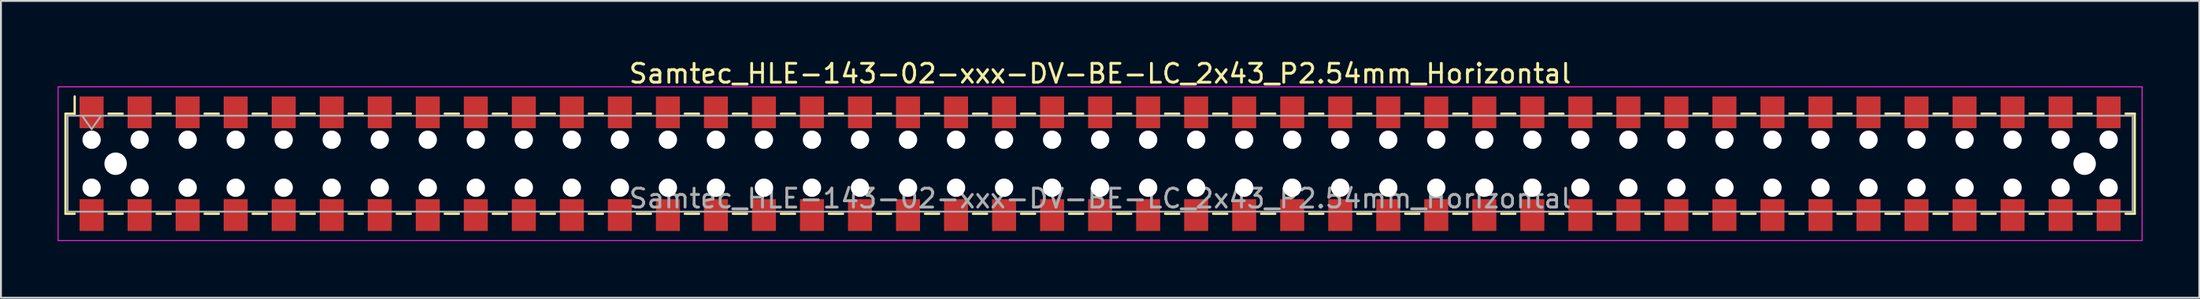
<source format=kicad_pcb>
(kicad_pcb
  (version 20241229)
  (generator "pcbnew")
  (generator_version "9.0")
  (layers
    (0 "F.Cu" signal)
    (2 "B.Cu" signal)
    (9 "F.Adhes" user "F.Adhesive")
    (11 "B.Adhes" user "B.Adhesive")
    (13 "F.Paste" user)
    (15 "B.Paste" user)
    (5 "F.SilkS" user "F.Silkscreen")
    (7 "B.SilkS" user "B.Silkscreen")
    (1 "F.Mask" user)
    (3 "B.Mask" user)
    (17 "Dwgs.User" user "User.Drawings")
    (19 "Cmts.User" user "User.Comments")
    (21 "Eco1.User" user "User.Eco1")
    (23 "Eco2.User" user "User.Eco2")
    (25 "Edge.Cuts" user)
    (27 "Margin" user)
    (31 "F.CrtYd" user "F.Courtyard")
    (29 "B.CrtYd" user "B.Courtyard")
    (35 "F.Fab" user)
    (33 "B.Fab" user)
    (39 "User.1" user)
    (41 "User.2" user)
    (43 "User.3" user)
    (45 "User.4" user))
  (footprint "Samtec_HLE-143-02-xxx-DV-BE-LC_2x43_P2.54mm_Horizontal"
    (layer "F.Cu")
    (at 55.135 5.618)
    (property "Reference" "Samtec_HLE-143-02-xxx-DV-BE-LC_2x43_P2.54mm_Horizontal" (at 0 -4.77 0) (layer "F.SilkS") (effects (font (size 1 1) (thickness 0.15))))
    (attr smd)
    (fp_line (start -54.72 -2.65) (end -54.72 2.65) (stroke (width 0.12) (type solid)) (layer "F.SilkS"))
    (fp_line (start -54.72 2.65) (end -54.235 2.65) (stroke (width 0.12) (type solid)) (layer "F.SilkS"))
    (fp_line (start -54.235 -3.56) (end -54.235 -2.65) (stroke (width 0.12) (type solid)) (layer "F.SilkS"))
    (fp_line (start -54.235 -2.65) (end -54.72 -2.65) (stroke (width 0.12) (type solid)) (layer "F.SilkS"))
    (fp_line (start -52.445 -2.65) (end -51.695 -2.65) (stroke (width 0.12) (type solid)) (layer "F.SilkS"))
    (fp_line (start -52.445 2.65) (end -51.695 2.65) (stroke (width 0.12) (type solid)) (layer "F.SilkS"))
    (fp_line (start -49.905 -2.65) (end -49.155 -2.65) (stroke (width 0.12) (type solid)) (layer "F.SilkS"))
    (fp_line (start -49.905 2.65) (end -49.155 2.65) (stroke (width 0.12) (type solid)) (layer "F.SilkS"))
    (fp_line (start -47.365 -2.65) (end -46.615 -2.65) (stroke (width 0.12) (type solid)) (layer "F.SilkS"))
    (fp_line (start -47.365 2.65) (end -46.615 2.65) (stroke (width 0.12) (type solid)) (layer "F.SilkS"))
    (fp_line (start -44.825 -2.65) (end -44.075 -2.65) (stroke (width 0.12) (type solid)) (layer "F.SilkS"))
    (fp_line (start -44.825 2.65) (end -44.075 2.65) (stroke (width 0.12) (type solid)) (layer "F.SilkS"))
    (fp_line (start -42.285 -2.65) (end -41.535 -2.65) (stroke (width 0.12) (type solid)) (layer "F.SilkS"))
    (fp_line (start -42.285 2.65) (end -41.535 2.65) (stroke (width 0.12) (type solid)) (layer "F.SilkS"))
    (fp_line (start -39.745 -2.65) (end -38.995 -2.65) (stroke (width 0.12) (type solid)) (layer "F.SilkS"))
    (fp_line (start -39.745 2.65) (end -38.995 2.65) (stroke (width 0.12) (type solid)) (layer "F.SilkS"))
    (fp_line (start -37.205 -2.65) (end -36.455 -2.65) (stroke (width 0.12) (type solid)) (layer "F.SilkS"))
    (fp_line (start -37.205 2.65) (end -36.455 2.65) (stroke (width 0.12) (type solid)) (layer "F.SilkS"))
    (fp_line (start -34.665 -2.65) (end -33.915 -2.65) (stroke (width 0.12) (type solid)) (layer "F.SilkS"))
    (fp_line (start -34.665 2.65) (end -33.915 2.65) (stroke (width 0.12) (type solid)) (layer "F.SilkS"))
    (fp_line (start -32.125 -2.65) (end -31.375 -2.65) (stroke (width 0.12) (type solid)) (layer "F.SilkS"))
    (fp_line (start -32.125 2.65) (end -31.375 2.65) (stroke (width 0.12) (type solid)) (layer "F.SilkS"))
    (fp_line (start -29.585 -2.65) (end -28.835 -2.65) (stroke (width 0.12) (type solid)) (layer "F.SilkS"))
    (fp_line (start -29.585 2.65) (end -28.835 2.65) (stroke (width 0.12) (type solid)) (layer "F.SilkS"))
    (fp_line (start -27.045 -2.65) (end -26.295 -2.65) (stroke (width 0.12) (type solid)) (layer "F.SilkS"))
    (fp_line (start -27.045 2.65) (end -26.295 2.65) (stroke (width 0.12) (type solid)) (layer "F.SilkS"))
    (fp_line (start -24.505 -2.65) (end -23.755 -2.65) (stroke (width 0.12) (type solid)) (layer "F.SilkS"))
    (fp_line (start -24.505 2.65) (end -23.755 2.65) (stroke (width 0.12) (type solid)) (layer "F.SilkS"))
    (fp_line (start -21.965 -2.65) (end -21.215 -2.65) (stroke (width 0.12) (type solid)) (layer "F.SilkS"))
    (fp_line (start -21.965 2.65) (end -21.215 2.65) (stroke (width 0.12) (type solid)) (layer "F.SilkS"))
    (fp_line (start -19.425 -2.65) (end -18.675 -2.65) (stroke (width 0.12) (type solid)) (layer "F.SilkS"))
    (fp_line (start -19.425 2.65) (end -18.675 2.65) (stroke (width 0.12) (type solid)) (layer "F.SilkS"))
    (fp_line (start -16.885 -2.65) (end -16.135 -2.65) (stroke (width 0.12) (type solid)) (layer "F.SilkS"))
    (fp_line (start -16.885 2.65) (end -16.135 2.65) (stroke (width 0.12) (type solid)) (layer "F.SilkS"))
    (fp_line (start -14.345 -2.65) (end -13.595 -2.65) (stroke (width 0.12) (type solid)) (layer "F.SilkS"))
    (fp_line (start -14.345 2.65) (end -13.595 2.65) (stroke (width 0.12) (type solid)) (layer "F.SilkS"))
    (fp_line (start -11.805 -2.65) (end -11.055 -2.65) (stroke (width 0.12) (type solid)) (layer "F.SilkS"))
    (fp_line (start -11.805 2.65) (end -11.055 2.65) (stroke (width 0.12) (type solid)) (layer "F.SilkS"))
    (fp_line (start -9.265 -2.65) (end -8.515 -2.65) (stroke (width 0.12) (type solid)) (layer "F.SilkS"))
    (fp_line (start -9.265 2.65) (end -8.515 2.65) (stroke (width 0.12) (type solid)) (layer "F.SilkS"))
    (fp_line (start -6.725 -2.65) (end -5.975 -2.65) (stroke (width 0.12) (type solid)) (layer "F.SilkS"))
    (fp_line (start -6.725 2.65) (end -5.975 2.65) (stroke (width 0.12) (type solid)) (layer "F.SilkS"))
    (fp_line (start -4.185 -2.65) (end -3.435 -2.65) (stroke (width 0.12) (type solid)) (layer "F.SilkS"))
    (fp_line (start -4.185 2.65) (end -3.435 2.65) (stroke (width 0.12) (type solid)) (layer "F.SilkS"))
    (fp_line (start -1.645 -2.65) (end -0.895 -2.65) (stroke (width 0.12) (type solid)) (layer "F.SilkS"))
    (fp_line (start -1.645 2.65) (end -0.895 2.65) (stroke (width 0.12) (type solid)) (layer "F.SilkS"))
    (fp_line (start 0.895 -2.65) (end 1.645 -2.65) (stroke (width 0.12) (type solid)) (layer "F.SilkS"))
    (fp_line (start 0.895 2.65) (end 1.645 2.65) (stroke (width 0.12) (type solid)) (layer "F.SilkS"))
    (fp_line (start 3.435 -2.65) (end 4.185 -2.65) (stroke (width 0.12) (type solid)) (layer "F.SilkS"))
    (fp_line (start 3.435 2.65) (end 4.185 2.65) (stroke (width 0.12) (type solid)) (layer "F.SilkS"))
    (fp_line (start 5.975 -2.65) (end 6.725 -2.65) (stroke (width 0.12) (type solid)) (layer "F.SilkS"))
    (fp_line (start 5.975 2.65) (end 6.725 2.65) (stroke (width 0.12) (type solid)) (layer "F.SilkS"))
    (fp_line (start 8.515 -2.65) (end 9.265 -2.65) (stroke (width 0.12) (type solid)) (layer "F.SilkS"))
    (fp_line (start 8.515 2.65) (end 9.265 2.65) (stroke (width 0.12) (type solid)) (layer "F.SilkS"))
    (fp_line (start 11.055 -2.65) (end 11.805 -2.65) (stroke (width 0.12) (type solid)) (layer "F.SilkS"))
    (fp_line (start 11.055 2.65) (end 11.805 2.65) (stroke (width 0.12) (type solid)) (layer "F.SilkS"))
    (fp_line (start 13.595 -2.65) (end 14.345 -2.65) (stroke (width 0.12) (type solid)) (layer "F.SilkS"))
    (fp_line (start 13.595 2.65) (end 14.345 2.65) (stroke (width 0.12) (type solid)) (layer "F.SilkS"))
    (fp_line (start 16.135 -2.65) (end 16.885 -2.65) (stroke (width 0.12) (type solid)) (layer "F.SilkS"))
    (fp_line (start 16.135 2.65) (end 16.885 2.65) (stroke (width 0.12) (type solid)) (layer "F.SilkS"))
    (fp_line (start 18.675 -2.65) (end 19.425 -2.65) (stroke (width 0.12) (type solid)) (layer "F.SilkS"))
    (fp_line (start 18.675 2.65) (end 19.425 2.65) (stroke (width 0.12) (type solid)) (layer "F.SilkS"))
    (fp_line (start 21.215 -2.65) (end 21.965 -2.65) (stroke (width 0.12) (type solid)) (layer "F.SilkS"))
    (fp_line (start 21.215 2.65) (end 21.965 2.65) (stroke (width 0.12) (type solid)) (layer "F.SilkS"))
    (fp_line (start 23.755 -2.65) (end 24.505 -2.65) (stroke (width 0.12) (type solid)) (layer "F.SilkS"))
    (fp_line (start 23.755 2.65) (end 24.505 2.65) (stroke (width 0.12) (type solid)) (layer "F.SilkS"))
    (fp_line (start 26.295 -2.65) (end 27.045 -2.65) (stroke (width 0.12) (type solid)) (layer "F.SilkS"))
    (fp_line (start 26.295 2.65) (end 27.045 2.65) (stroke (width 0.12) (type solid)) (layer "F.SilkS"))
    (fp_line (start 28.835 -2.65) (end 29.585 -2.65) (stroke (width 0.12) (type solid)) (layer "F.SilkS"))
    (fp_line (start 28.835 2.65) (end 29.585 2.65) (stroke (width 0.12) (type solid)) (layer "F.SilkS"))
    (fp_line (start 31.375 -2.65) (end 32.125 -2.65) (stroke (width 0.12) (type solid)) (layer "F.SilkS"))
    (fp_line (start 31.375 2.65) (end 32.125 2.65) (stroke (width 0.12) (type solid)) (layer "F.SilkS"))
    (fp_line (start 33.915 -2.65) (end 34.665 -2.65) (stroke (width 0.12) (type solid)) (layer "F.SilkS"))
    (fp_line (start 33.915 2.65) (end 34.665 2.65) (stroke (width 0.12) (type solid)) (layer "F.SilkS"))
    (fp_line (start 36.455 -2.65) (end 37.205 -2.65) (stroke (width 0.12) (type solid)) (layer "F.SilkS"))
    (fp_line (start 36.455 2.65) (end 37.205 2.65) (stroke (width 0.12) (type solid)) (layer "F.SilkS"))
    (fp_line (start 38.995 -2.65) (end 39.745 -2.65) (stroke (width 0.12) (type solid)) (layer "F.SilkS"))
    (fp_line (start 38.995 2.65) (end 39.745 2.65) (stroke (width 0.12) (type solid)) (layer "F.SilkS"))
    (fp_line (start 41.535 -2.65) (end 42.285 -2.65) (stroke (width 0.12) (type solid)) (layer "F.SilkS"))
    (fp_line (start 41.535 2.65) (end 42.285 2.65) (stroke (width 0.12) (type solid)) (layer "F.SilkS"))
    (fp_line (start 44.075 -2.65) (end 44.825 -2.65) (stroke (width 0.12) (type solid)) (layer "F.SilkS"))
    (fp_line (start 44.075 2.65) (end 44.825 2.65) (stroke (width 0.12) (type solid)) (layer "F.SilkS"))
    (fp_line (start 46.615 -2.65) (end 47.365 -2.65) (stroke (width 0.12) (type solid)) (layer "F.SilkS"))
    (fp_line (start 46.615 2.65) (end 47.365 2.65) (stroke (width 0.12) (type solid)) (layer "F.SilkS"))
    (fp_line (start 49.155 -2.65) (end 49.905 -2.65) (stroke (width 0.12) (type solid)) (layer "F.SilkS"))
    (fp_line (start 49.155 2.65) (end 49.905 2.65) (stroke (width 0.12) (type solid)) (layer "F.SilkS"))
    (fp_line (start 51.695 -2.65) (end 52.445 -2.65) (stroke (width 0.12) (type solid)) (layer "F.SilkS"))
    (fp_line (start 51.695 2.65) (end 52.445 2.65) (stroke (width 0.12) (type solid)) (layer "F.SilkS"))
    (fp_line (start 54.235 -2.65) (end 54.72 -2.65) (stroke (width 0.12) (type solid)) (layer "F.SilkS"))
    (fp_line (start 54.72 -2.65) (end 54.72 2.65) (stroke (width 0.12) (type solid)) (layer "F.SilkS"))
    (fp_line (start 54.72 2.65) (end 54.235 2.65) (stroke (width 0.12) (type solid)) (layer "F.SilkS"))
    (fp_line (start -55.11 -4.07) (end 55.11 -4.07) (stroke (width 0.05) (type solid)) (layer "F.CrtYd"))
    (fp_line (start -55.11 4.07) (end -55.11 -4.07) (stroke (width 0.05) (type solid)) (layer "F.CrtYd"))
    (fp_line (start 55.11 -4.07) (end 55.11 4.07) (stroke (width 0.05) (type solid)) (layer "F.CrtYd"))
    (fp_line (start 55.11 4.07) (end -55.11 4.07) (stroke (width 0.05) (type solid)) (layer "F.CrtYd"))
    (fp_line (start -54.61 -2.54) (end 54.61 -2.54) (stroke (width 0.1) (type solid)) (layer "F.Fab"))
    (fp_line (start -54.61 2.54) (end -54.61 -2.54) (stroke (width 0.1) (type solid)) (layer "F.Fab"))
    (fp_line (start -53.84 -2.54) (end -53.34 -1.833) (stroke (width 0.1) (type solid)) (layer "F.Fab"))
    (fp_line (start -53.34 -1.833) (end -52.84 -2.54) (stroke (width 0.1) (type solid)) (layer "F.Fab"))
    (fp_line (start 54.61 -2.54) (end 54.61 2.54) (stroke (width 0.1) (type solid)) (layer "F.Fab"))
    (fp_line (start 54.61 2.54) (end -54.61 2.54) (stroke (width 0.1) (type solid)) (layer "F.Fab"))
    (fp_text user "${REFERENCE}" (at 0 1.84 0) (layer "F.Fab") (effects (font (size 1 1) (thickness 0.15))))
    (pad "" np_thru_hole circle (at -53.34 -1.27) (size 0.97 0.97) (drill 0.97) (layers "*.Cu" "*.Mask"))
    (pad "" np_thru_hole circle (at -53.34 1.27) (size 0.97 0.97) (drill 0.97) (layers "*.Cu" "*.Mask"))
    (pad "" np_thru_hole circle (at -52.07 0) (size 1.19 1.19) (drill 1.19) (layers "*.Cu" "*.Mask"))
    (pad "" np_thru_hole circle (at -50.8 -1.27) (size 0.97 0.97) (drill 0.97) (layers "*.Cu" "*.Mask"))
    (pad "" np_thru_hole circle (at -50.8 1.27) (size 0.97 0.97) (drill 0.97) (layers "*.Cu" "*.Mask"))
    (pad "" np_thru_hole circle (at -48.26 -1.27) (size 0.97 0.97) (drill 0.97) (layers "*.Cu" "*.Mask"))
    (pad "" np_thru_hole circle (at -48.26 1.27) (size 0.97 0.97) (drill 0.97) (layers "*.Cu" "*.Mask"))
    (pad "" np_thru_hole circle (at -45.72 -1.27) (size 0.97 0.97) (drill 0.97) (layers "*.Cu" "*.Mask"))
    (pad "" np_thru_hole circle (at -45.72 1.27) (size 0.97 0.97) (drill 0.97) (layers "*.Cu" "*.Mask"))
    (pad "" np_thru_hole circle (at -43.18 -1.27) (size 0.97 0.97) (drill 0.97) (layers "*.Cu" "*.Mask"))
    (pad "" np_thru_hole circle (at -43.18 1.27) (size 0.97 0.97) (drill 0.97) (layers "*.Cu" "*.Mask"))
    (pad "" np_thru_hole circle (at -40.64 -1.27) (size 0.97 0.97) (drill 0.97) (layers "*.Cu" "*.Mask"))
    (pad "" np_thru_hole circle (at -40.64 1.27) (size 0.97 0.97) (drill 0.97) (layers "*.Cu" "*.Mask"))
    (pad "" np_thru_hole circle (at -38.1 -1.27) (size 0.97 0.97) (drill 0.97) (layers "*.Cu" "*.Mask"))
    (pad "" np_thru_hole circle (at -38.1 1.27) (size 0.97 0.97) (drill 0.97) (layers "*.Cu" "*.Mask"))
    (pad "" np_thru_hole circle (at -35.56 -1.27) (size 0.97 0.97) (drill 0.97) (layers "*.Cu" "*.Mask"))
    (pad "" np_thru_hole circle (at -35.56 1.27) (size 0.97 0.97) (drill 0.97) (layers "*.Cu" "*.Mask"))
    (pad "" np_thru_hole circle (at -33.02 -1.27) (size 0.97 0.97) (drill 0.97) (layers "*.Cu" "*.Mask"))
    (pad "" np_thru_hole circle (at -33.02 1.27) (size 0.97 0.97) (drill 0.97) (layers "*.Cu" "*.Mask"))
    (pad "" np_thru_hole circle (at -30.48 -1.27) (size 0.97 0.97) (drill 0.97) (layers "*.Cu" "*.Mask"))
    (pad "" np_thru_hole circle (at -30.48 1.27) (size 0.97 0.97) (drill 0.97) (layers "*.Cu" "*.Mask"))
    (pad "" np_thru_hole circle (at -27.94 -1.27) (size 0.97 0.97) (drill 0.97) (layers "*.Cu" "*.Mask"))
    (pad "" np_thru_hole circle (at -27.94 1.27) (size 0.97 0.97) (drill 0.97) (layers "*.Cu" "*.Mask"))
    (pad "" np_thru_hole circle (at -25.4 -1.27) (size 0.97 0.97) (drill 0.97) (layers "*.Cu" "*.Mask"))
    (pad "" np_thru_hole circle (at -25.4 1.27) (size 0.97 0.97) (drill 0.97) (layers "*.Cu" "*.Mask"))
    (pad "" np_thru_hole circle (at -22.86 -1.27) (size 0.97 0.97) (drill 0.97) (layers "*.Cu" "*.Mask"))
    (pad "" np_thru_hole circle (at -22.86 1.27) (size 0.97 0.97) (drill 0.97) (layers "*.Cu" "*.Mask"))
    (pad "" np_thru_hole circle (at -20.32 -1.27) (size 0.97 0.97) (drill 0.97) (layers "*.Cu" "*.Mask"))
    (pad "" np_thru_hole circle (at -20.32 1.27) (size 0.97 0.97) (drill 0.97) (layers "*.Cu" "*.Mask"))
    (pad "" np_thru_hole circle (at -17.78 -1.27) (size 0.97 0.97) (drill 0.97) (layers "*.Cu" "*.Mask"))
    (pad "" np_thru_hole circle (at -17.78 1.27) (size 0.97 0.97) (drill 0.97) (layers "*.Cu" "*.Mask"))
    (pad "" np_thru_hole circle (at -15.24 -1.27) (size 0.97 0.97) (drill 0.97) (layers "*.Cu" "*.Mask"))
    (pad "" np_thru_hole circle (at -15.24 1.27) (size 0.97 0.97) (drill 0.97) (layers "*.Cu" "*.Mask"))
    (pad "" np_thru_hole circle (at -12.7 -1.27) (size 0.97 0.97) (drill 0.97) (layers "*.Cu" "*.Mask"))
    (pad "" np_thru_hole circle (at -12.7 1.27) (size 0.97 0.97) (drill 0.97) (layers "*.Cu" "*.Mask"))
    (pad "" np_thru_hole circle (at -10.16 -1.27) (size 0.97 0.97) (drill 0.97) (layers "*.Cu" "*.Mask"))
    (pad "" np_thru_hole circle (at -10.16 1.27) (size 0.97 0.97) (drill 0.97) (layers "*.Cu" "*.Mask"))
    (pad "" np_thru_hole circle (at -7.62 -1.27) (size 0.97 0.97) (drill 0.97) (layers "*.Cu" "*.Mask"))
    (pad "" np_thru_hole circle (at -7.62 1.27) (size 0.97 0.97) (drill 0.97) (layers "*.Cu" "*.Mask"))
    (pad "" np_thru_hole circle (at -5.08 -1.27) (size 0.97 0.97) (drill 0.97) (layers "*.Cu" "*.Mask"))
    (pad "" np_thru_hole circle (at -5.08 1.27) (size 0.97 0.97) (drill 0.97) (layers "*.Cu" "*.Mask"))
    (pad "" np_thru_hole circle (at -2.54 -1.27) (size 0.97 0.97) (drill 0.97) (layers "*.Cu" "*.Mask"))
    (pad "" np_thru_hole circle (at -2.54 1.27) (size 0.97 0.97) (drill 0.97) (layers "*.Cu" "*.Mask"))
    (pad "" np_thru_hole circle (at 0 -1.27) (size 0.97 0.97) (drill 0.97) (layers "*.Cu" "*.Mask"))
    (pad "" np_thru_hole circle (at 0 1.27) (size 0.97 0.97) (drill 0.97) (layers "*.Cu" "*.Mask"))
    (pad "" np_thru_hole circle (at 2.54 -1.27) (size 0.97 0.97) (drill 0.97) (layers "*.Cu" "*.Mask"))
    (pad "" np_thru_hole circle (at 2.54 1.27) (size 0.97 0.97) (drill 0.97) (layers "*.Cu" "*.Mask"))
    (pad "" np_thru_hole circle (at 5.08 -1.27) (size 0.97 0.97) (drill 0.97) (layers "*.Cu" "*.Mask"))
    (pad "" np_thru_hole circle (at 5.08 1.27) (size 0.97 0.97) (drill 0.97) (layers "*.Cu" "*.Mask"))
    (pad "" np_thru_hole circle (at 7.62 -1.27) (size 0.97 0.97) (drill 0.97) (layers "*.Cu" "*.Mask"))
    (pad "" np_thru_hole circle (at 7.62 1.27) (size 0.97 0.97) (drill 0.97) (layers "*.Cu" "*.Mask"))
    (pad "" np_thru_hole circle (at 10.16 -1.27) (size 0.97 0.97) (drill 0.97) (layers "*.Cu" "*.Mask"))
    (pad "" np_thru_hole circle (at 10.16 1.27) (size 0.97 0.97) (drill 0.97) (layers "*.Cu" "*.Mask"))
    (pad "" np_thru_hole circle (at 12.7 -1.27) (size 0.97 0.97) (drill 0.97) (layers "*.Cu" "*.Mask"))
    (pad "" np_thru_hole circle (at 12.7 1.27) (size 0.97 0.97) (drill 0.97) (layers "*.Cu" "*.Mask"))
    (pad "" np_thru_hole circle (at 15.24 -1.27) (size 0.97 0.97) (drill 0.97) (layers "*.Cu" "*.Mask"))
    (pad "" np_thru_hole circle (at 15.24 1.27) (size 0.97 0.97) (drill 0.97) (layers "*.Cu" "*.Mask"))
    (pad "" np_thru_hole circle (at 17.78 -1.27) (size 0.97 0.97) (drill 0.97) (layers "*.Cu" "*.Mask"))
    (pad "" np_thru_hole circle (at 17.78 1.27) (size 0.97 0.97) (drill 0.97) (layers "*.Cu" "*.Mask"))
    (pad "" np_thru_hole circle (at 20.32 -1.27) (size 0.97 0.97) (drill 0.97) (layers "*.Cu" "*.Mask"))
    (pad "" np_thru_hole circle (at 20.32 1.27) (size 0.97 0.97) (drill 0.97) (layers "*.Cu" "*.Mask"))
    (pad "" np_thru_hole circle (at 22.86 -1.27) (size 0.97 0.97) (drill 0.97) (layers "*.Cu" "*.Mask"))
    (pad "" np_thru_hole circle (at 22.86 1.27) (size 0.97 0.97) (drill 0.97) (layers "*.Cu" "*.Mask"))
    (pad "" np_thru_hole circle (at 25.4 -1.27) (size 0.97 0.97) (drill 0.97) (layers "*.Cu" "*.Mask"))
    (pad "" np_thru_hole circle (at 25.4 1.27) (size 0.97 0.97) (drill 0.97) (layers "*.Cu" "*.Mask"))
    (pad "" np_thru_hole circle (at 27.94 -1.27) (size 0.97 0.97) (drill 0.97) (layers "*.Cu" "*.Mask"))
    (pad "" np_thru_hole circle (at 27.94 1.27) (size 0.97 0.97) (drill 0.97) (layers "*.Cu" "*.Mask"))
    (pad "" np_thru_hole circle (at 30.48 -1.27) (size 0.97 0.97) (drill 0.97) (layers "*.Cu" "*.Mask"))
    (pad "" np_thru_hole circle (at 30.48 1.27) (size 0.97 0.97) (drill 0.97) (layers "*.Cu" "*.Mask"))
    (pad "" np_thru_hole circle (at 33.02 -1.27) (size 0.97 0.97) (drill 0.97) (layers "*.Cu" "*.Mask"))
    (pad "" np_thru_hole circle (at 33.02 1.27) (size 0.97 0.97) (drill 0.97) (layers "*.Cu" "*.Mask"))
    (pad "" np_thru_hole circle (at 35.56 -1.27) (size 0.97 0.97) (drill 0.97) (layers "*.Cu" "*.Mask"))
    (pad "" np_thru_hole circle (at 35.56 1.27) (size 0.97 0.97) (drill 0.97) (layers "*.Cu" "*.Mask"))
    (pad "" np_thru_hole circle (at 38.1 -1.27) (size 0.97 0.97) (drill 0.97) (layers "*.Cu" "*.Mask"))
    (pad "" np_thru_hole circle (at 38.1 1.27) (size 0.97 0.97) (drill 0.97) (layers "*.Cu" "*.Mask"))
    (pad "" np_thru_hole circle (at 40.64 -1.27) (size 0.97 0.97) (drill 0.97) (layers "*.Cu" "*.Mask"))
    (pad "" np_thru_hole circle (at 40.64 1.27) (size 0.97 0.97) (drill 0.97) (layers "*.Cu" "*.Mask"))
    (pad "" np_thru_hole circle (at 43.18 -1.27) (size 0.97 0.97) (drill 0.97) (layers "*.Cu" "*.Mask"))
    (pad "" np_thru_hole circle (at 43.18 1.27) (size 0.97 0.97) (drill 0.97) (layers "*.Cu" "*.Mask"))
    (pad "" np_thru_hole circle (at 45.72 -1.27) (size 0.97 0.97) (drill 0.97) (layers "*.Cu" "*.Mask"))
    (pad "" np_thru_hole circle (at 45.72 1.27) (size 0.97 0.97) (drill 0.97) (layers "*.Cu" "*.Mask"))
    (pad "" np_thru_hole circle (at 48.26 -1.27) (size 0.97 0.97) (drill 0.97) (layers "*.Cu" "*.Mask"))
    (pad "" np_thru_hole circle (at 48.26 1.27) (size 0.97 0.97) (drill 0.97) (layers "*.Cu" "*.Mask"))
    (pad "" np_thru_hole circle (at 50.8 -1.27) (size 0.97 0.97) (drill 0.97) (layers "*.Cu" "*.Mask"))
    (pad "" np_thru_hole circle (at 50.8 1.27) (size 0.97 0.97) (drill 0.97) (layers "*.Cu" "*.Mask"))
    (pad "" np_thru_hole circle (at 52.07 0) (size 1.19 1.19) (drill 1.19) (layers "*.Cu" "*.Mask"))
    (pad "" np_thru_hole circle (at 53.34 -1.27) (size 0.97 0.97) (drill 0.97) (layers "*.Cu" "*.Mask"))
    (pad "" np_thru_hole circle (at 53.34 1.27) (size 0.97 0.97) (drill 0.97) (layers "*.Cu" "*.Mask"))
    (pad "1" smd rect (at -53.34 -2.72) (size 1.27 1.68) (layers "F.Cu" "F.Mask" "F.Paste"))
    (pad "2" smd rect (at -53.34 2.72) (size 1.27 1.68) (layers "F.Cu" "F.Mask" "F.Paste"))
    (pad "3" smd rect (at -50.8 -2.72) (size 1.27 1.68) (layers "F.Cu" "F.Mask" "F.Paste"))
    (pad "4" smd rect (at -50.8 2.72) (size 1.27 1.68) (layers "F.Cu" "F.Mask" "F.Paste"))
    (pad "5" smd rect (at -48.26 -2.72) (size 1.27 1.68) (layers "F.Cu" "F.Mask" "F.Paste"))
    (pad "6" smd rect (at -48.26 2.72) (size 1.27 1.68) (layers "F.Cu" "F.Mask" "F.Paste"))
    (pad "7" smd rect (at -45.72 -2.72) (size 1.27 1.68) (layers "F.Cu" "F.Mask" "F.Paste"))
    (pad "8" smd rect (at -45.72 2.72) (size 1.27 1.68) (layers "F.Cu" "F.Mask" "F.Paste"))
    (pad "9" smd rect (at -43.18 -2.72) (size 1.27 1.68) (layers "F.Cu" "F.Mask" "F.Paste"))
    (pad "10" smd rect (at -43.18 2.72) (size 1.27 1.68) (layers "F.Cu" "F.Mask" "F.Paste"))
    (pad "11" smd rect (at -40.64 -2.72) (size 1.27 1.68) (layers "F.Cu" "F.Mask" "F.Paste"))
    (pad "12" smd rect (at -40.64 2.72) (size 1.27 1.68) (layers "F.Cu" "F.Mask" "F.Paste"))
    (pad "13" smd rect (at -38.1 -2.72) (size 1.27 1.68) (layers "F.Cu" "F.Mask" "F.Paste"))
    (pad "14" smd rect (at -38.1 2.72) (size 1.27 1.68) (layers "F.Cu" "F.Mask" "F.Paste"))
    (pad "15" smd rect (at -35.56 -2.72) (size 1.27 1.68) (layers "F.Cu" "F.Mask" "F.Paste"))
    (pad "16" smd rect (at -35.56 2.72) (size 1.27 1.68) (layers "F.Cu" "F.Mask" "F.Paste"))
    (pad "17" smd rect (at -33.02 -2.72) (size 1.27 1.68) (layers "F.Cu" "F.Mask" "F.Paste"))
    (pad "18" smd rect (at -33.02 2.72) (size 1.27 1.68) (layers "F.Cu" "F.Mask" "F.Paste"))
    (pad "19" smd rect (at -30.48 -2.72) (size 1.27 1.68) (layers "F.Cu" "F.Mask" "F.Paste"))
    (pad "20" smd rect (at -30.48 2.72) (size 1.27 1.68) (layers "F.Cu" "F.Mask" "F.Paste"))
    (pad "21" smd rect (at -27.94 -2.72) (size 1.27 1.68) (layers "F.Cu" "F.Mask" "F.Paste"))
    (pad "22" smd rect (at -27.94 2.72) (size 1.27 1.68) (layers "F.Cu" "F.Mask" "F.Paste"))
    (pad "23" smd rect (at -25.4 -2.72) (size 1.27 1.68) (layers "F.Cu" "F.Mask" "F.Paste"))
    (pad "24" smd rect (at -25.4 2.72) (size 1.27 1.68) (layers "F.Cu" "F.Mask" "F.Paste"))
    (pad "25" smd rect (at -22.86 -2.72) (size 1.27 1.68) (layers "F.Cu" "F.Mask" "F.Paste"))
    (pad "26" smd rect (at -22.86 2.72) (size 1.27 1.68) (layers "F.Cu" "F.Mask" "F.Paste"))
    (pad "27" smd rect (at -20.32 -2.72) (size 1.27 1.68) (layers "F.Cu" "F.Mask" "F.Paste"))
    (pad "28" smd rect (at -20.32 2.72) (size 1.27 1.68) (layers "F.Cu" "F.Mask" "F.Paste"))
    (pad "29" smd rect (at -17.78 -2.72) (size 1.27 1.68) (layers "F.Cu" "F.Mask" "F.Paste"))
    (pad "30" smd rect (at -17.78 2.72) (size 1.27 1.68) (layers "F.Cu" "F.Mask" "F.Paste"))
    (pad "31" smd rect (at -15.24 -2.72) (size 1.27 1.68) (layers "F.Cu" "F.Mask" "F.Paste"))
    (pad "32" smd rect (at -15.24 2.72) (size 1.27 1.68) (layers "F.Cu" "F.Mask" "F.Paste"))
    (pad "33" smd rect (at -12.7 -2.72) (size 1.27 1.68) (layers "F.Cu" "F.Mask" "F.Paste"))
    (pad "34" smd rect (at -12.7 2.72) (size 1.27 1.68) (layers "F.Cu" "F.Mask" "F.Paste"))
    (pad "35" smd rect (at -10.16 -2.72) (size 1.27 1.68) (layers "F.Cu" "F.Mask" "F.Paste"))
    (pad "36" smd rect (at -10.16 2.72) (size 1.27 1.68) (layers "F.Cu" "F.Mask" "F.Paste"))
    (pad "37" smd rect (at -7.62 -2.72) (size 1.27 1.68) (layers "F.Cu" "F.Mask" "F.Paste"))
    (pad "38" smd rect (at -7.62 2.72) (size 1.27 1.68) (layers "F.Cu" "F.Mask" "F.Paste"))
    (pad "39" smd rect (at -5.08 -2.72) (size 1.27 1.68) (layers "F.Cu" "F.Mask" "F.Paste"))
    (pad "40" smd rect (at -5.08 2.72) (size 1.27 1.68) (layers "F.Cu" "F.Mask" "F.Paste"))
    (pad "41" smd rect (at -2.54 -2.72) (size 1.27 1.68) (layers "F.Cu" "F.Mask" "F.Paste"))
    (pad "42" smd rect (at -2.54 2.72) (size 1.27 1.68) (layers "F.Cu" "F.Mask" "F.Paste"))
    (pad "43" smd rect (at 0 -2.72) (size 1.27 1.68) (layers "F.Cu" "F.Mask" "F.Paste"))
    (pad "44" smd rect (at 0 2.72) (size 1.27 1.68) (layers "F.Cu" "F.Mask" "F.Paste"))
    (pad "45" smd rect (at 2.54 -2.72) (size 1.27 1.68) (layers "F.Cu" "F.Mask" "F.Paste"))
    (pad "46" smd rect (at 2.54 2.72) (size 1.27 1.68) (layers "F.Cu" "F.Mask" "F.Paste"))
    (pad "47" smd rect (at 5.08 -2.72) (size 1.27 1.68) (layers "F.Cu" "F.Mask" "F.Paste"))
    (pad "48" smd rect (at 5.08 2.72) (size 1.27 1.68) (layers "F.Cu" "F.Mask" "F.Paste"))
    (pad "49" smd rect (at 7.62 -2.72) (size 1.27 1.68) (layers "F.Cu" "F.Mask" "F.Paste"))
    (pad "50" smd rect (at 7.62 2.72) (size 1.27 1.68) (layers "F.Cu" "F.Mask" "F.Paste"))
    (pad "51" smd rect (at 10.16 -2.72) (size 1.27 1.68) (layers "F.Cu" "F.Mask" "F.Paste"))
    (pad "52" smd rect (at 10.16 2.72) (size 1.27 1.68) (layers "F.Cu" "F.Mask" "F.Paste"))
    (pad "53" smd rect (at 12.7 -2.72) (size 1.27 1.68) (layers "F.Cu" "F.Mask" "F.Paste"))
    (pad "54" smd rect (at 12.7 2.72) (size 1.27 1.68) (layers "F.Cu" "F.Mask" "F.Paste"))
    (pad "55" smd rect (at 15.24 -2.72) (size 1.27 1.68) (layers "F.Cu" "F.Mask" "F.Paste"))
    (pad "56" smd rect (at 15.24 2.72) (size 1.27 1.68) (layers "F.Cu" "F.Mask" "F.Paste"))
    (pad "57" smd rect (at 17.78 -2.72) (size 1.27 1.68) (layers "F.Cu" "F.Mask" "F.Paste"))
    (pad "58" smd rect (at 17.78 2.72) (size 1.27 1.68) (layers "F.Cu" "F.Mask" "F.Paste"))
    (pad "59" smd rect (at 20.32 -2.72) (size 1.27 1.68) (layers "F.Cu" "F.Mask" "F.Paste"))
    (pad "60" smd rect (at 20.32 2.72) (size 1.27 1.68) (layers "F.Cu" "F.Mask" "F.Paste"))
    (pad "61" smd rect (at 22.86 -2.72) (size 1.27 1.68) (layers "F.Cu" "F.Mask" "F.Paste"))
    (pad "62" smd rect (at 22.86 2.72) (size 1.27 1.68) (layers "F.Cu" "F.Mask" "F.Paste"))
    (pad "63" smd rect (at 25.4 -2.72) (size 1.27 1.68) (layers "F.Cu" "F.Mask" "F.Paste"))
    (pad "64" smd rect (at 25.4 2.72) (size 1.27 1.68) (layers "F.Cu" "F.Mask" "F.Paste"))
    (pad "65" smd rect (at 27.94 -2.72) (size 1.27 1.68) (layers "F.Cu" "F.Mask" "F.Paste"))
    (pad "66" smd rect (at 27.94 2.72) (size 1.27 1.68) (layers "F.Cu" "F.Mask" "F.Paste"))
    (pad "67" smd rect (at 30.48 -2.72) (size 1.27 1.68) (layers "F.Cu" "F.Mask" "F.Paste"))
    (pad "68" smd rect (at 30.48 2.72) (size 1.27 1.68) (layers "F.Cu" "F.Mask" "F.Paste"))
    (pad "69" smd rect (at 33.02 -2.72) (size 1.27 1.68) (layers "F.Cu" "F.Mask" "F.Paste"))
    (pad "70" smd rect (at 33.02 2.72) (size 1.27 1.68) (layers "F.Cu" "F.Mask" "F.Paste"))
    (pad "71" smd rect (at 35.56 -2.72) (size 1.27 1.68) (layers "F.Cu" "F.Mask" "F.Paste"))
    (pad "72" smd rect (at 35.56 2.72) (size 1.27 1.68) (layers "F.Cu" "F.Mask" "F.Paste"))
    (pad "73" smd rect (at 38.1 -2.72) (size 1.27 1.68) (layers "F.Cu" "F.Mask" "F.Paste"))
    (pad "74" smd rect (at 38.1 2.72) (size 1.27 1.68) (layers "F.Cu" "F.Mask" "F.Paste"))
    (pad "75" smd rect (at 40.64 -2.72) (size 1.27 1.68) (layers "F.Cu" "F.Mask" "F.Paste"))
    (pad "76" smd rect (at 40.64 2.72) (size 1.27 1.68) (layers "F.Cu" "F.Mask" "F.Paste"))
    (pad "77" smd rect (at 43.18 -2.72) (size 1.27 1.68) (layers "F.Cu" "F.Mask" "F.Paste"))
    (pad "78" smd rect (at 43.18 2.72) (size 1.27 1.68) (layers "F.Cu" "F.Mask" "F.Paste"))
    (pad "79" smd rect (at 45.72 -2.72) (size 1.27 1.68) (layers "F.Cu" "F.Mask" "F.Paste"))
    (pad "80" smd rect (at 45.72 2.72) (size 1.27 1.68) (layers "F.Cu" "F.Mask" "F.Paste"))
    (pad "81" smd rect (at 48.26 -2.72) (size 1.27 1.68) (layers "F.Cu" "F.Mask" "F.Paste"))
    (pad "82" smd rect (at 48.26 2.72) (size 1.27 1.68) (layers "F.Cu" "F.Mask" "F.Paste"))
    (pad "83" smd rect (at 50.8 -2.72) (size 1.27 1.68) (layers "F.Cu" "F.Mask" "F.Paste"))
    (pad "84" smd rect (at 50.8 2.72) (size 1.27 1.68) (layers "F.Cu" "F.Mask" "F.Paste"))
    (pad "85" smd rect (at 53.34 -2.72) (size 1.27 1.68) (layers "F.Cu" "F.Mask" "F.Paste"))
    (pad "86" smd rect (at 53.34 2.72) (size 1.27 1.68) (layers "F.Cu" "F.Mask" "F.Paste")))
  (gr_rect
    (start -3 -3)
    (end 113.27 12.713)
    (stroke (width 0.1) (type default))
    (fill no)
    (layer "Edge.Cuts")))
</source>
